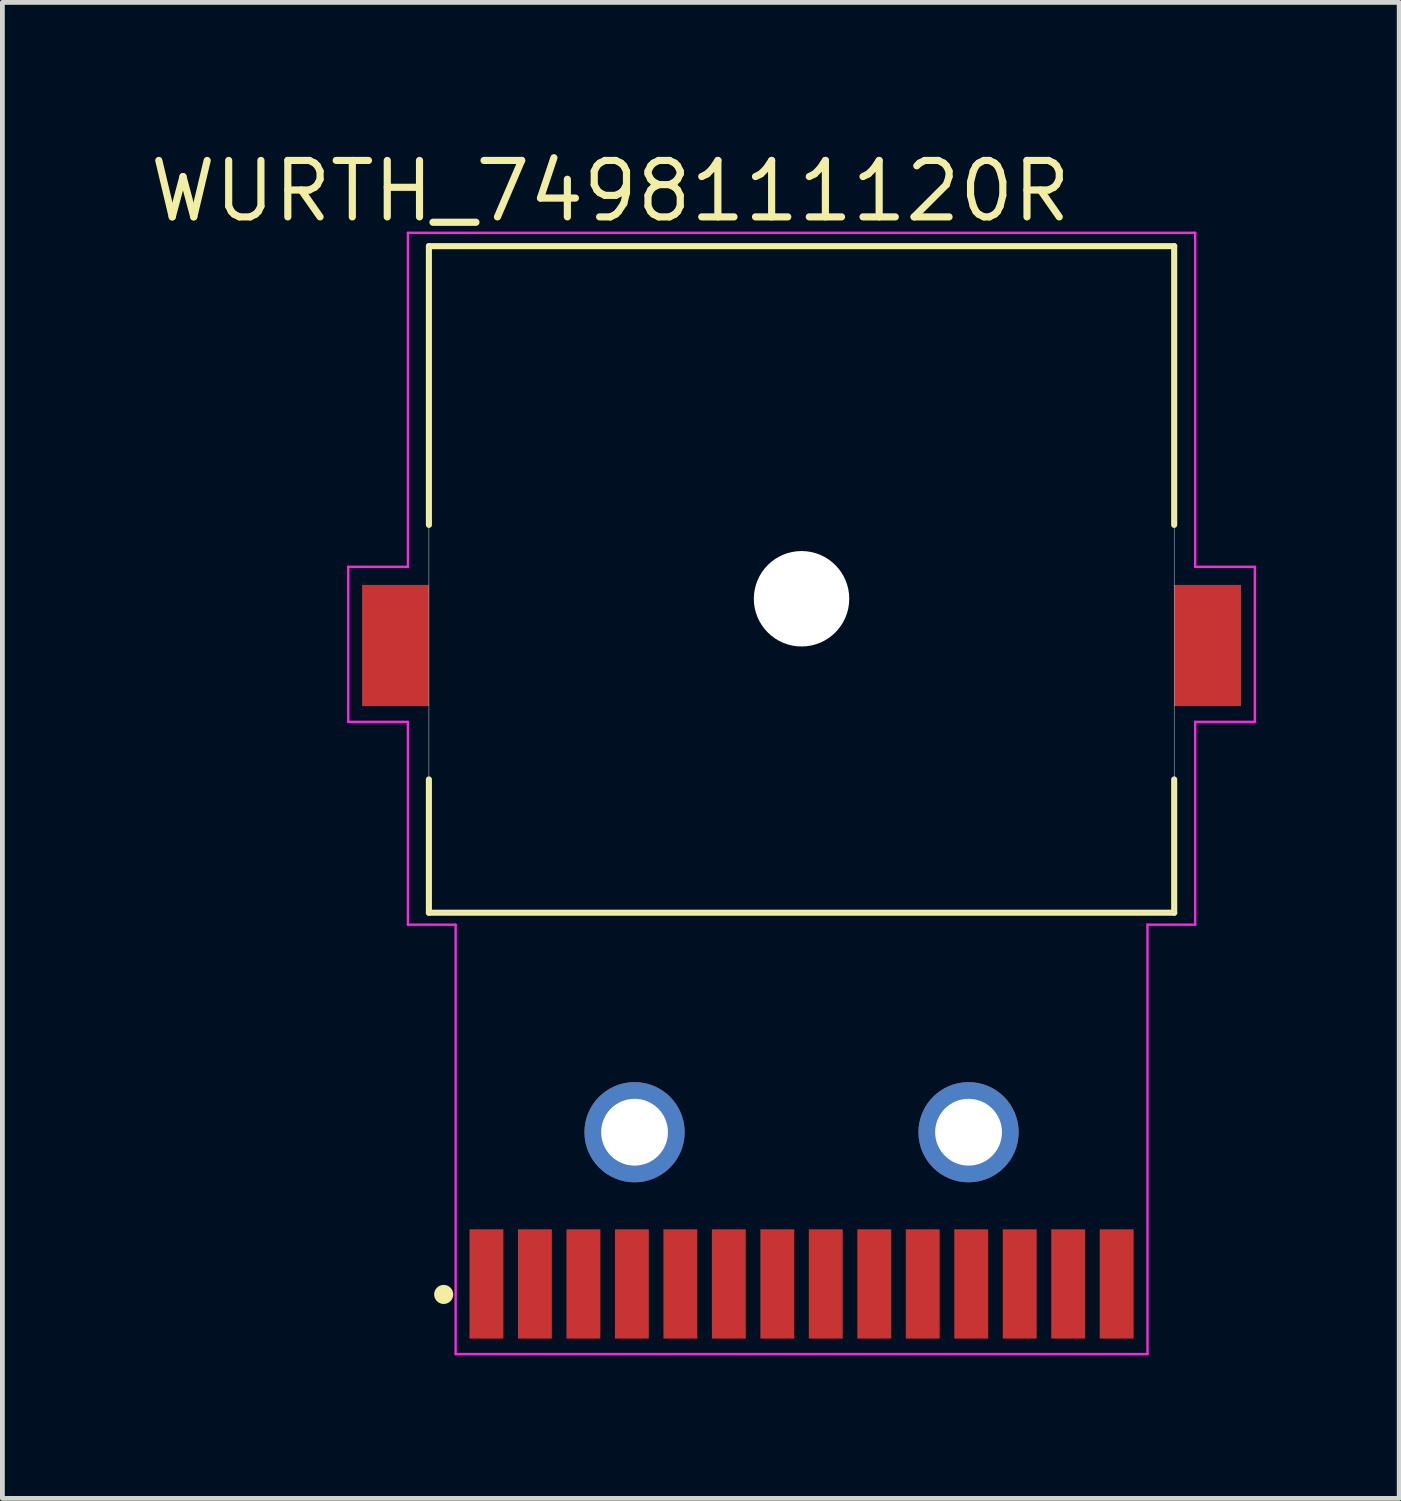
<source format=kicad_pcb>
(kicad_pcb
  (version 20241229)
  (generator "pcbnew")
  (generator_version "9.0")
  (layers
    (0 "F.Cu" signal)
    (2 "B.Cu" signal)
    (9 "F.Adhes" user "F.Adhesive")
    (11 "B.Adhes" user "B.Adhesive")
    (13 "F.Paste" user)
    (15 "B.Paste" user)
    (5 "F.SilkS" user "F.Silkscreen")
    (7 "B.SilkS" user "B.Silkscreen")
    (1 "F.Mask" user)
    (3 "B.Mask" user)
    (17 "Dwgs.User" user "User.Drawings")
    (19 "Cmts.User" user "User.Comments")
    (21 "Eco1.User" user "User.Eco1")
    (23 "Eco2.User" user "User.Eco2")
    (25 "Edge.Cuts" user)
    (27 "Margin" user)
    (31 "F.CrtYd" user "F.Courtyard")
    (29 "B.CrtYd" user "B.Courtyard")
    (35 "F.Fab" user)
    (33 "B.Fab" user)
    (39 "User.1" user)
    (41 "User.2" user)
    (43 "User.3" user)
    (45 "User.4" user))
  (footprint "WURTH_7498111120R"
    (layer "F.Cu")
    (at 13.749 13.579)
    (property "Reference" "WURTH_7498111120R" (at -4.007 -12.623 0) (layer "F.SilkS") (effects (font (size 1.183 1.183) (thickness 0.15))))
    (attr through_hole)
    (fp_line (start -7.81 -11.47) (end 7.81 -11.47) (stroke (width 0.127) (type solid)) (layer "F.SilkS"))
    (fp_line (start -7.81 -5.628) (end -7.81 -11.47) (stroke (width 0.127) (type solid)) (layer "F.SilkS"))
    (fp_line (start -7.81 2.5) (end -7.81 -0.294) (stroke (width 0.127) (type solid)) (layer "F.SilkS"))
    (fp_line (start 7.81 -11.47) (end 7.81 -5.628) (stroke (width 0.127) (type solid)) (layer "F.SilkS"))
    (fp_line (start 7.81 -0.294) (end 7.81 2.5) (stroke (width 0.127) (type solid)) (layer "F.SilkS"))
    (fp_line (start 7.81 2.5) (end -7.81 2.5) (stroke (width 0.127) (type solid)) (layer "F.SilkS"))
    (fp_circle (center -7.5 10.5) (end -7.4 10.5) (stroke (width 0.2) (type solid)) (fill no) (layer "F.SilkS"))
    (fp_line (start -7.81 2.5) (end -7.81 -11.47) (stroke (width 0.01) (type solid)) (layer "Edge.Cuts"))
    (fp_line (start 7.81 -11.47) (end 7.81 2.5) (stroke (width 0.01) (type solid)) (layer "Edge.Cuts"))
    (fp_line (start 7.81 2.5) (end -7.81 2.5) (stroke (width 0.01) (type solid)) (layer "Edge.Cuts"))
    (fp_line (start -9.5 -4.75) (end -9.5 -1.5) (stroke (width 0.05) (type solid)) (layer "F.CrtYd"))
    (fp_line (start -9.5 -1.5) (end -8.25 -1.5) (stroke (width 0.05) (type solid)) (layer "F.CrtYd"))
    (fp_line (start -8.25 -11.75) (end -8.25 -4.75) (stroke (width 0.05) (type solid)) (layer "F.CrtYd"))
    (fp_line (start -8.25 -4.75) (end -9.5 -4.75) (stroke (width 0.05) (type solid)) (layer "F.CrtYd"))
    (fp_line (start -8.25 -1.5) (end -8.25 2.75) (stroke (width 0.05) (type solid)) (layer "F.CrtYd"))
    (fp_line (start -8.25 2.75) (end -7.25 2.75) (stroke (width 0.05) (type solid)) (layer "F.CrtYd"))
    (fp_line (start -7.25 2.75) (end -7.25 11.75) (stroke (width 0.05) (type solid)) (layer "F.CrtYd"))
    (fp_line (start -7.25 11.75) (end 7.25 11.75) (stroke (width 0.05) (type solid)) (layer "F.CrtYd"))
    (fp_line (start 7.25 2.75) (end 8.25 2.75) (stroke (width 0.05) (type solid)) (layer "F.CrtYd"))
    (fp_line (start 7.25 11.75) (end 7.25 2.75) (stroke (width 0.05) (type solid)) (layer "F.CrtYd"))
    (fp_line (start 8.25 -11.75) (end -8.25 -11.75) (stroke (width 0.05) (type solid)) (layer "F.CrtYd"))
    (fp_line (start 8.25 -4.75) (end 8.25 -11.75) (stroke (width 0.05) (type solid)) (layer "F.CrtYd"))
    (fp_line (start 8.25 -1.5) (end 9.5 -1.5) (stroke (width 0.05) (type solid)) (layer "F.CrtYd"))
    (fp_line (start 8.25 2.75) (end 8.25 -1.5) (stroke (width 0.05) (type solid)) (layer "F.CrtYd"))
    (fp_line (start 9.5 -4.75) (end 8.25 -4.75) (stroke (width 0.05) (type solid)) (layer "F.CrtYd"))
    (fp_line (start 9.5 -1.5) (end 9.5 -4.75) (stroke (width 0.05) (type solid)) (layer "F.CrtYd"))
    (pad "" np_thru_hole circle (at 0 -4.08) (size 2 2) (drill 2) (layers "*.Cu" "*.Mask"))
    (pad "P1" smd rect (at -6.604 10.28 180) (size 0.71 2.29) (layers "F.Cu" "F.Mask" "F.Paste"))
    (pad "P2" smd rect (at -5.588 10.28 180) (size 0.71 2.29) (layers "F.Cu" "F.Mask" "F.Paste"))
    (pad "P3" smd rect (at -4.572 10.28 180) (size 0.71 2.29) (layers "F.Cu" "F.Mask" "F.Paste"))
    (pad "P4" smd rect (at -3.556 10.28 180) (size 0.71 2.29) (layers "F.Cu" "F.Mask" "F.Paste"))
    (pad "P5" smd rect (at -2.54 10.28 180) (size 0.71 2.29) (layers "F.Cu" "F.Mask" "F.Paste"))
    (pad "P6" smd rect (at -1.524 10.28 180) (size 0.71 2.29) (layers "F.Cu" "F.Mask" "F.Paste"))
    (pad "P7" smd rect (at -0.508 10.28 180) (size 0.71 2.29) (layers "F.Cu" "F.Mask" "F.Paste"))
    (pad "P8" smd rect (at 0.508 10.28 180) (size 0.71 2.29) (layers "F.Cu" "F.Mask" "F.Paste"))
    (pad "P9" smd rect (at 1.524 10.28 180) (size 0.71 2.29) (layers "F.Cu" "F.Mask" "F.Paste"))
    (pad "P10" smd rect (at 2.54 10.28 180) (size 0.71 2.29) (layers "F.Cu" "F.Mask" "F.Paste"))
    (pad "P11" smd rect (at 3.556 10.28 180) (size 0.71 2.29) (layers "F.Cu" "F.Mask" "F.Paste"))
    (pad "P12" smd rect (at 4.572 10.28 180) (size 0.71 2.29) (layers "F.Cu" "F.Mask" "F.Paste"))
    (pad "P13" smd rect (at 5.588 10.28 180) (size 0.71 2.29) (layers "F.Cu" "F.Mask" "F.Paste"))
    (pad "P14" smd rect (at 6.604 10.28 180) (size 0.71 2.29) (layers "F.Cu" "F.Mask" "F.Paste"))
    (pad "SH1" smd rect (at -8.51 -3.1 90) (size 2.54 1.4) (layers "F.Cu" "F.Mask" "F.Paste"))
    (pad "SH2" smd rect (at 8.51 -3.1 90) (size 2.54 1.4) (layers "F.Cu" "F.Mask" "F.Paste"))
    (pad "SH3" thru_hole circle (at -3.5 7.1) (size 2.1 2.1) (drill 1.4) (layers "*.Cu" "*.Mask"))
    (pad "SH4" thru_hole circle (at 3.5 7.1) (size 2.1 2.1) (drill 1.4) (layers "*.Cu" "*.Mask")))
  (gr_rect
    (start -3 -3)
    (end 26.274 28.354)
    (stroke (width 0.1) (type default))
    (fill no)
    (layer "Edge.Cuts")))
</source>
